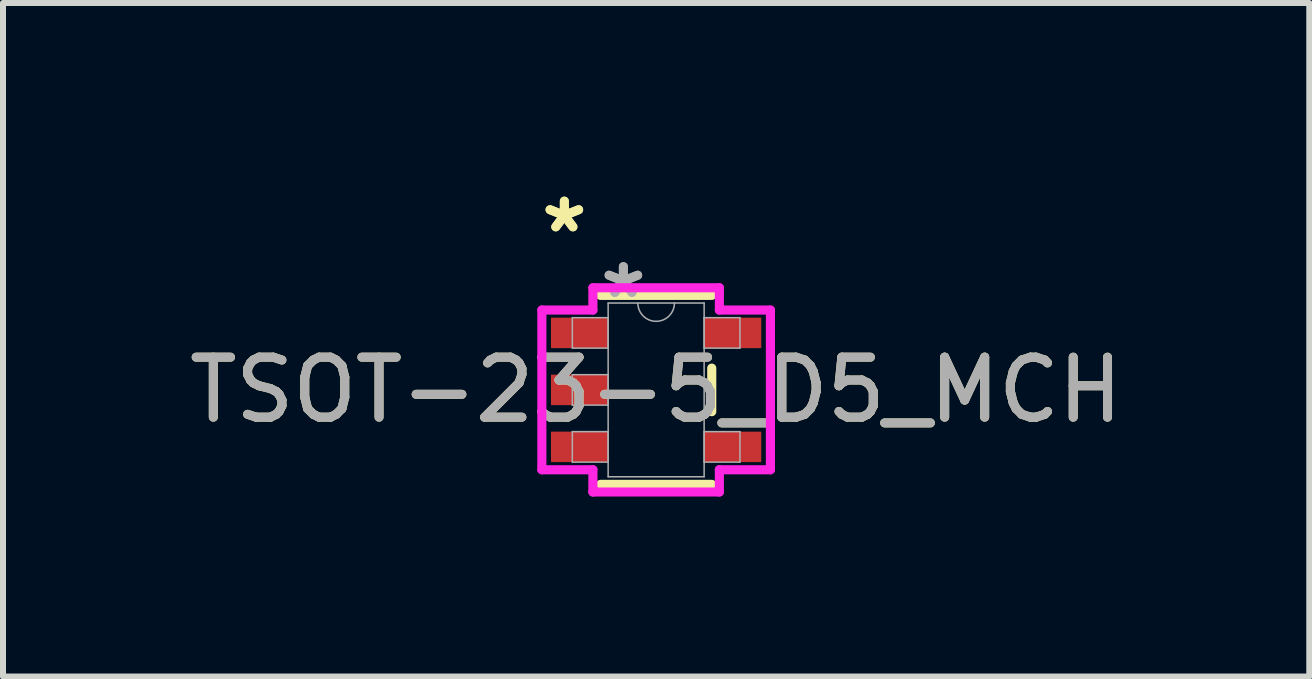
<source format=kicad_pcb>
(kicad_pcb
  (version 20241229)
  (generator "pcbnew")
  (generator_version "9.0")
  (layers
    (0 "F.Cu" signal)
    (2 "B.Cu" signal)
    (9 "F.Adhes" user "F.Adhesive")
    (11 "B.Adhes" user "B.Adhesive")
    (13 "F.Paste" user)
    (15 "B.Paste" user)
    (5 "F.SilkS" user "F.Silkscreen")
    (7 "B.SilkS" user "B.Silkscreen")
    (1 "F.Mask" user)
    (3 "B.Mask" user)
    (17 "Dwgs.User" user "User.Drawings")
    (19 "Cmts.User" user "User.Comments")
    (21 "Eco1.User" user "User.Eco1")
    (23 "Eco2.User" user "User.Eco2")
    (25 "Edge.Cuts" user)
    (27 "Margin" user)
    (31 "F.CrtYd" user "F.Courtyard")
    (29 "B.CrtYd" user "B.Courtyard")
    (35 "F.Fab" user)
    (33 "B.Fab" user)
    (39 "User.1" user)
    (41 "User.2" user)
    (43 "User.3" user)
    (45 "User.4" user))
  (footprint "TSOT-23-5_D5_MCH"
    (layer "F.Cu")
    (at 7.887 3.449)
    (property "Reference" "TSOT-23-5_D5_MCH" (at 0 0 0) (unlocked yes) (layer "F.SilkS") (effects (font (size 1 1) (thickness 0.15))))
    (attr smd)
    (fp_line (start -0.927 1.575) (end 0.927 1.575) (stroke (width 0.152) (type solid)) (layer "F.SilkS"))
    (fp_line (start 0.927 -1.575) (end -0.927 -1.575) (stroke (width 0.152) (type solid)) (layer "F.SilkS"))
    (fp_line (start 0.927 0.363) (end 0.927 -0.363) (stroke (width 0.152) (type solid)) (layer "F.SilkS"))
    (fp_line (start -1.905 -1.331) (end -1.054 -1.331) (stroke (width 0.152) (type solid)) (layer "F.CrtYd"))
    (fp_line (start -1.905 1.331) (end -1.905 -1.331) (stroke (width 0.152) (type solid)) (layer "F.CrtYd"))
    (fp_line (start -1.054 -1.702) (end 1.054 -1.702) (stroke (width 0.152) (type solid)) (layer "F.CrtYd"))
    (fp_line (start -1.054 -1.331) (end -1.054 -1.702) (stroke (width 0.152) (type solid)) (layer "F.CrtYd"))
    (fp_line (start -1.054 1.331) (end -1.905 1.331) (stroke (width 0.152) (type solid)) (layer "F.CrtYd"))
    (fp_line (start -1.054 1.702) (end -1.054 1.331) (stroke (width 0.152) (type solid)) (layer "F.CrtYd"))
    (fp_line (start 1.054 -1.702) (end 1.054 -1.331) (stroke (width 0.152) (type solid)) (layer "F.CrtYd"))
    (fp_line (start 1.054 -1.331) (end 1.905 -1.331) (stroke (width 0.152) (type solid)) (layer "F.CrtYd"))
    (fp_line (start 1.054 1.331) (end 1.054 1.702) (stroke (width 0.152) (type solid)) (layer "F.CrtYd"))
    (fp_line (start 1.054 1.702) (end -1.054 1.702) (stroke (width 0.152) (type solid)) (layer "F.CrtYd"))
    (fp_line (start 1.905 -1.331) (end 1.905 1.331) (stroke (width 0.152) (type solid)) (layer "F.CrtYd"))
    (fp_line (start 1.905 1.331) (end 1.054 1.331) (stroke (width 0.152) (type solid)) (layer "F.CrtYd"))
    (fp_line (start -1.397 -1.204) (end -1.397 -0.696) (stroke (width 0.025) (type solid)) (layer "F.Fab"))
    (fp_line (start -1.397 -0.696) (end -0.8 -0.696) (stroke (width 0.025) (type solid)) (layer "F.Fab"))
    (fp_line (start -1.397 -0.254) (end -1.397 0.254) (stroke (width 0.025) (type solid)) (layer "F.Fab"))
    (fp_line (start -1.397 0.254) (end -0.8 0.254) (stroke (width 0.025) (type solid)) (layer "F.Fab"))
    (fp_line (start -1.397 0.696) (end -1.397 1.204) (stroke (width 0.025) (type solid)) (layer "F.Fab"))
    (fp_line (start -1.397 1.204) (end -0.8 1.204) (stroke (width 0.025) (type solid)) (layer "F.Fab"))
    (fp_line (start -0.8 -1.448) (end -0.8 1.448) (stroke (width 0.025) (type solid)) (layer "F.Fab"))
    (fp_line (start -0.8 -1.204) (end -1.397 -1.204) (stroke (width 0.025) (type solid)) (layer "F.Fab"))
    (fp_line (start -0.8 -0.696) (end -0.8 -1.204) (stroke (width 0.025) (type solid)) (layer "F.Fab"))
    (fp_line (start -0.8 -0.254) (end -1.397 -0.254) (stroke (width 0.025) (type solid)) (layer "F.Fab"))
    (fp_line (start -0.8 0.254) (end -0.8 -0.254) (stroke (width 0.025) (type solid)) (layer "F.Fab"))
    (fp_line (start -0.8 0.696) (end -1.397 0.696) (stroke (width 0.025) (type solid)) (layer "F.Fab"))
    (fp_line (start -0.8 1.204) (end -0.8 0.696) (stroke (width 0.025) (type solid)) (layer "F.Fab"))
    (fp_line (start -0.8 1.448) (end 0.8 1.448) (stroke (width 0.025) (type solid)) (layer "F.Fab"))
    (fp_line (start 0.8 -1.448) (end -0.8 -1.448) (stroke (width 0.025) (type solid)) (layer "F.Fab"))
    (fp_line (start 0.8 -1.204) (end 0.8 -0.696) (stroke (width 0.025) (type solid)) (layer "F.Fab"))
    (fp_line (start 0.8 -0.696) (end 1.397 -0.696) (stroke (width 0.025) (type solid)) (layer "F.Fab"))
    (fp_line (start 0.8 0.696) (end 0.8 1.204) (stroke (width 0.025) (type solid)) (layer "F.Fab"))
    (fp_line (start 0.8 1.204) (end 1.397 1.204) (stroke (width 0.025) (type solid)) (layer "F.Fab"))
    (fp_line (start 0.8 1.448) (end 0.8 -1.448) (stroke (width 0.025) (type solid)) (layer "F.Fab"))
    (fp_line (start 1.397 -1.204) (end 0.8 -1.204) (stroke (width 0.025) (type solid)) (layer "F.Fab"))
    (fp_line (start 1.397 -0.696) (end 1.397 -1.204) (stroke (width 0.025) (type solid)) (layer "F.Fab"))
    (fp_line (start 1.397 0.696) (end 0.8 0.696) (stroke (width 0.025) (type solid)) (layer "F.Fab"))
    (fp_line (start 1.397 1.204) (end 1.397 0.696) (stroke (width 0.025) (type solid)) (layer "F.Fab"))
    (fp_arc (start 0.3048 -1.4478) (mid 0 -1.143) (end -0.3048 -1.4478) (stroke (width 0.0254) (type solid)) (layer "F.Fab"))
    (fp_text user "*" (at -1.53 -2.601 0) (layer "F.SilkS") (effects (font (size 1 1) (thickness 0.15))))
    (fp_text user "*" (at -1.53 -2.601 0) (unlocked yes) (layer "F.SilkS") (effects (font (size 1 1) (thickness 0.15))))
    (fp_text user "*" (at -0.546 -1.509 0) (unlocked yes) (layer "F.Fab") (effects (font (size 1 1) (thickness 0.15))))
    (fp_text user "*" (at -0.546 -1.509 0) (layer "F.Fab") (effects (font (size 1 1) (thickness 0.15))))
    (fp_text user "${REFERENCE}" (at 0 0 0) (unlocked yes) (layer "F.Fab") (effects (font (size 1 1) (thickness 0.15))))
    (pad "1" smd rect (at -1.276 -0.95) (size 0.953 0.508) (layers "F.Cu" "F.Mask" "F.Paste"))
    (pad "2" smd rect (at -1.276 0) (size 0.953 0.508) (layers "F.Cu" "F.Mask" "F.Paste"))
    (pad "3" smd rect (at -1.276 0.95) (size 0.953 0.508) (layers "F.Cu" "F.Mask" "F.Paste"))
    (pad "4" smd rect (at 1.276 0.95) (size 0.953 0.508) (layers "F.Cu" "F.Mask" "F.Paste"))
    (pad "5" smd rect (at 1.276 -0.95) (size 0.953 0.508) (layers "F.Cu" "F.Mask" "F.Paste")))
  (gr_rect
    (start -3 -3)
    (end 18.774 8.227)
    (stroke (width 0.1) (type default))
    (fill no)
    (layer "Edge.Cuts")))
</source>
